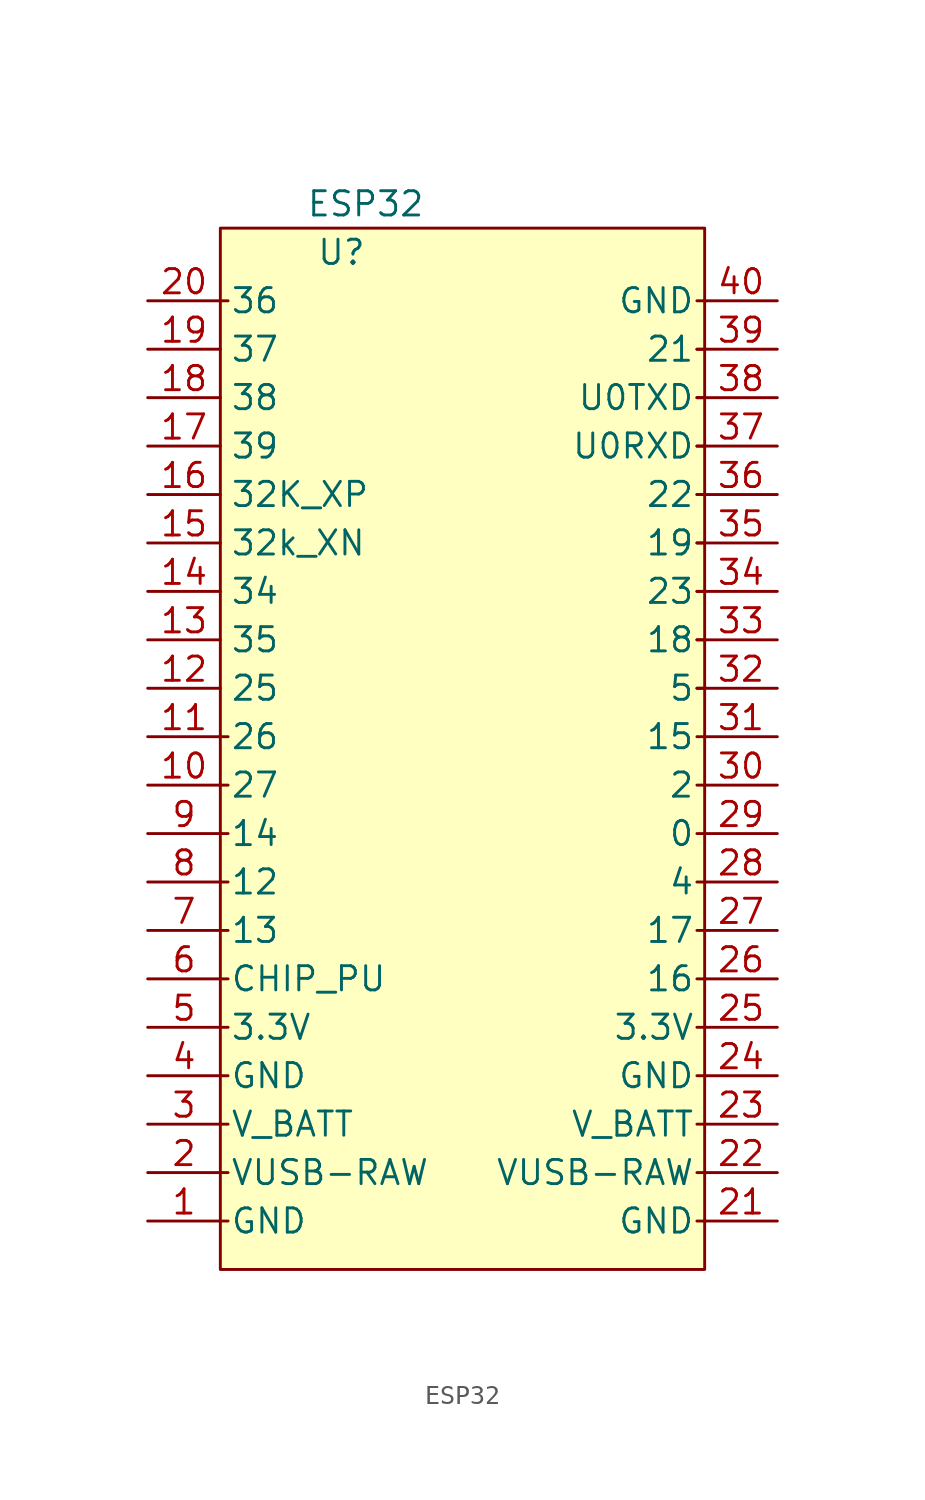
<source format=kicad_sym>
(kicad_symbol_lib
  (version 20220914)
  (generator kicad_symbol_editor)
  (symbol "ESP32"
    (property "Reference" "U"
      (at -6.35 -1.27 0)
      (effects (font (size 1.27 1.27))))
    (property "Value" "ESP32"
      (at -5.08 1.27 0)
      (effects (font (size 1.27 1.27))))
    (symbol "ESP32_1_1"
      (rectangle (start -12.7 0) (end 12.7 -54.61) (stroke (width 0) (type default)) (fill (type background)))
      (polyline (pts (xy -12.7 -52.07) (xy -12.294 -52.07)) (stroke (width 0.152) (type default)) (fill (type none)))
      (polyline (pts (xy -12.7 -49.53) (xy -12.294 -49.53)) (stroke (width 0.152) (type default)) (fill (type none)))
      (polyline (pts (xy -12.7 -46.99) (xy -12.294 -46.99)) (stroke (width 0.152) (type default)) (fill (type none)))
      (polyline (pts (xy -12.7 -44.45) (xy -12.294 -44.45)) (stroke (width 0.152) (type default)) (fill (type none)))
      (polyline (pts (xy -12.7 -41.91) (xy -12.294 -41.91)) (stroke (width 0.152) (type default)) (fill (type none)))
      (polyline (pts (xy -12.7 -39.37) (xy -12.294 -39.37)) (stroke (width 0.152) (type default)) (fill (type none)))
      (polyline (pts (xy -12.7 -36.83) (xy -12.294 -36.83)) (stroke (width 0.152) (type default)) (fill (type none)))
      (polyline (pts (xy -12.7 -34.29) (xy -12.294 -34.29)) (stroke (width 0.152) (type default)) (fill (type none)))
      (polyline (pts (xy -12.7 -31.75) (xy -12.294 -31.75)) (stroke (width 0.152) (type default)) (fill (type none)))
      (polyline (pts (xy -12.7 -29.21) (xy -12.294 -29.21)) (stroke (width 0.152) (type default)) (fill (type none)))
      (polyline (pts (xy -12.7 -26.67) (xy -12.294 -26.67)) (stroke (width 0.152) (type default)) (fill (type none)))
      (polyline (pts (xy -12.7 -3.81) (xy -12.294 -3.81)) (stroke (width 0.152) (type default)) (fill (type none)))
      (polyline (pts (xy 12.7 -52.07) (xy 12.294 -52.07)) (stroke (width 0.152) (type default)) (fill (type none)))
      (polyline (pts (xy 12.7 -49.53) (xy 12.294 -49.53)) (stroke (width 0.152) (type default)) (fill (type none)))
      (polyline (pts (xy 12.7 -46.99) (xy 12.294 -46.99)) (stroke (width 0.152) (type default)) (fill (type none)))
      (polyline (pts (xy 12.7 -44.45) (xy 12.294 -44.45)) (stroke (width 0.152) (type default)) (fill (type none)))
      (polyline (pts (xy 12.7 -41.91) (xy 12.294 -41.91)) (stroke (width 0.152) (type default)) (fill (type none)))
      (polyline (pts (xy 12.7 -39.37) (xy 12.294 -39.37)) (stroke (width 0.152) (type default)) (fill (type none)))
      (polyline (pts (xy 12.7 -36.83) (xy 12.294 -36.83)) (stroke (width 0.152) (type default)) (fill (type none)))
      (polyline (pts (xy 12.7 -34.29) (xy 12.294 -34.29)) (stroke (width 0.152) (type default)) (fill (type none)))
      (polyline (pts (xy 12.7 -31.75) (xy 12.294 -31.75)) (stroke (width 0.152) (type default)) (fill (type none)))
      (polyline (pts (xy 12.7 -29.21) (xy 12.294 -29.21)) (stroke (width 0.152) (type default)) (fill (type none)))
      (polyline (pts (xy 12.7 -26.67) (xy 12.294 -26.67)) (stroke (width 0.152) (type default)) (fill (type none)))
      (polyline (pts (xy 12.7 -24.13) (xy 12.294 -24.13)) (stroke (width 0.152) (type default)) (fill (type none)))
      (polyline (pts (xy 12.7 -24.13) (xy 12.294 -24.13)) (stroke (width 0.152) (type default)) (fill (type none)))
      (polyline (pts (xy 12.7 -21.59) (xy 12.294 -21.59)) (stroke (width 0.152) (type default)) (fill (type none)))
      (polyline (pts (xy 12.7 -21.59) (xy 12.294 -21.59)) (stroke (width 0.152) (type default)) (fill (type none)))
      (polyline (pts (xy 12.7 -19.05) (xy 12.294 -19.05)) (stroke (width 0.152) (type default)) (fill (type none)))
      (polyline (pts (xy 12.7 -19.05) (xy 12.294 -19.05)) (stroke (width 0.152) (type default)) (fill (type none)))
      (polyline (pts (xy 12.7 -16.51) (xy 12.294 -16.51)) (stroke (width 0.152) (type default)) (fill (type none)))
      (polyline (pts (xy 12.7 -16.51) (xy 12.294 -16.51)) (stroke (width 0.152) (type default)) (fill (type none)))
      (polyline (pts (xy 12.7 -13.97) (xy 12.294 -13.97)) (stroke (width 0.152) (type default)) (fill (type none)))
      (polyline (pts (xy 12.7 -13.97) (xy 12.294 -13.97)) (stroke (width 0.152) (type default)) (fill (type none)))
      (polyline (pts (xy 12.7 -11.43) (xy 12.294 -11.43)) (stroke (width 0.152) (type default)) (fill (type none)))
      (polyline (pts (xy 12.7 -11.43) (xy 12.294 -11.43)) (stroke (width 0.152) (type default)) (fill (type none)))
      (polyline (pts (xy 12.7 -8.89) (xy 12.294 -8.89)) (stroke (width 0.152) (type default)) (fill (type none)))
      (polyline (pts (xy 12.7 -8.89) (xy 12.294 -8.89)) (stroke (width 0.152) (type default)) (fill (type none)))
      (polyline (pts (xy 12.7 -6.35) (xy 12.294 -6.35)) (stroke (width 0.152) (type default)) (fill (type none)))
      (polyline (pts (xy 12.7 -6.35) (xy 12.294 -6.35)) (stroke (width 0.152) (type default)) (fill (type none)))
      (polyline (pts (xy 12.7 -3.81) (xy 12.294 -3.81)) (stroke (width 0.152) (type default)) (fill (type none)))
      (pin passive line (at -16.51 -52.07 0) (length 3.81) (name "GND" (effects (font (size 1.27 1.27)))) (number "1" (effects (font (size 1.27 1.27)))))
      (pin passive line (at -16.51 -29.21 0) (length 3.81) (name "27" (effects (font (size 1.27 1.27)))) (number "10" (effects (font (size 1.27 1.27)))))
      (pin passive line (at -16.51 -26.67 0) (length 3.81) (name "26" (effects (font (size 1.27 1.27)))) (number "11" (effects (font (size 1.27 1.27)))))
      (pin passive line (at -16.51 -24.13 0) (length 3.81) (name "25" (effects (font (size 1.27 1.27)))) (number "12" (effects (font (size 1.27 1.27)))))
      (pin passive line (at -16.51 -21.59 0) (length 3.81) (name "35" (effects (font (size 1.27 1.27)))) (number "13" (effects (font (size 1.27 1.27)))))
      (pin passive line (at -16.51 -19.05 0) (length 3.81) (name "34" (effects (font (size 1.27 1.27)))) (number "14" (effects (font (size 1.27 1.27)))))
      (pin passive line (at -16.51 -16.51 0) (length 3.81) (name "32k_XN" (effects (font (size 1.27 1.27)))) (number "15" (effects (font (size 1.27 1.27)))))
      (pin passive line (at -16.51 -13.97 0) (length 3.81) (name "32K_XP" (effects (font (size 1.27 1.27)))) (number "16" (effects (font (size 1.27 1.27)))))
      (pin passive line (at -16.51 -11.43 0) (length 3.81) (name "39" (effects (font (size 1.27 1.27)))) (number "17" (effects (font (size 1.27 1.27)))))
      (pin passive line (at -16.51 -8.89 0) (length 3.81) (name "38" (effects (font (size 1.27 1.27)))) (number "18" (effects (font (size 1.27 1.27)))))
      (pin passive line (at -16.51 -6.35 0) (length 3.81) (name "37" (effects (font (size 1.27 1.27)))) (number "19" (effects (font (size 1.27 1.27)))))
      (pin passive line (at -16.51 -49.53 0) (length 3.81) (name "VUSB-RAW" (effects (font (size 1.27 1.27)))) (number "2" (effects (font (size 1.27 1.27)))))
      (pin passive line (at -16.51 -3.81 0) (length 3.81) (name "36" (effects (font (size 1.27 1.27)))) (number "20" (effects (font (size 1.27 1.27)))))
      (pin passive line (at 16.51 -52.07 180) (length 3.81) (name "GND" (effects (font (size 1.27 1.27)))) (number "21" (effects (font (size 1.27 1.27)))))
      (pin passive line (at 16.51 -49.53 180) (length 3.81) (name "VUSB-RAW" (effects (font (size 1.27 1.27)))) (number "22" (effects (font (size 1.27 1.27)))))
      (pin passive line (at 16.51 -46.99 180) (length 3.81) (name "V_BATT" (effects (font (size 1.27 1.27)))) (number "23" (effects (font (size 1.27 1.27)))))
      (pin passive line (at 16.51 -44.45 180) (length 3.81) (name "GND" (effects (font (size 1.27 1.27)))) (number "24" (effects (font (size 1.27 1.27)))))
      (pin passive line (at 16.51 -41.91 180) (length 3.81) (name "3.3V" (effects (font (size 1.27 1.27)))) (number "25" (effects (font (size 1.27 1.27)))))
      (pin passive line (at 16.51 -39.37 180) (length 3.81) (name "16" (effects (font (size 1.27 1.27)))) (number "26" (effects (font (size 1.27 1.27)))))
      (pin passive line (at 16.51 -36.83 180) (length 3.81) (name "17" (effects (font (size 1.27 1.27)))) (number "27" (effects (font (size 1.27 1.27)))))
      (pin passive line (at 16.51 -34.29 180) (length 3.81) (name "4" (effects (font (size 1.27 1.27)))) (number "28" (effects (font (size 1.27 1.27)))))
      (pin passive line (at 16.51 -31.75 180) (length 3.81) (name "0" (effects (font (size 1.27 1.27)))) (number "29" (effects (font (size 1.27 1.27)))))
      (pin passive line (at -16.51 -46.99 0) (length 3.81) (name "V_BATT" (effects (font (size 1.27 1.27)))) (number "3" (effects (font (size 1.27 1.27)))))
      (pin passive line (at 16.51 -29.21 180) (length 3.81) (name "2" (effects (font (size 1.27 1.27)))) (number "30" (effects (font (size 1.27 1.27)))))
      (pin passive line (at 16.51 -26.67 180) (length 3.81) (name "15" (effects (font (size 1.27 1.27)))) (number "31" (effects (font (size 1.27 1.27)))))
      (pin passive line (at 16.51 -24.13 180) (length 3.81) (name "5" (effects (font (size 1.27 1.27)))) (number "32" (effects (font (size 1.27 1.27)))))
      (pin passive line (at 16.51 -21.59 180) (length 3.81) (name "18" (effects (font (size 1.27 1.27)))) (number "33" (effects (font (size 1.27 1.27)))))
      (pin passive line (at 16.51 -19.05 180) (length 3.81) (name "23" (effects (font (size 1.27 1.27)))) (number "34" (effects (font (size 1.27 1.27)))))
      (pin passive line (at 16.51 -16.51 180) (length 3.81) (name "19" (effects (font (size 1.27 1.27)))) (number "35" (effects (font (size 1.27 1.27)))))
      (pin passive line (at 16.51 -13.97 180) (length 3.81) (name "22" (effects (font (size 1.27 1.27)))) (number "36" (effects (font (size 1.27 1.27)))))
      (pin passive line (at 16.51 -11.43 180) (length 3.81) (name "U0RXD" (effects (font (size 1.27 1.27)))) (number "37" (effects (font (size 1.27 1.27)))))
      (pin passive line (at 16.51 -8.89 180) (length 3.81) (name "U0TXD" (effects (font (size 1.27 1.27)))) (number "38" (effects (font (size 1.27 1.27)))))
      (pin passive line (at 16.51 -6.35 180) (length 3.81) (name "21" (effects (font (size 1.27 1.27)))) (number "39" (effects (font (size 1.27 1.27)))))
      (pin passive line (at -16.51 -44.45 0) (length 3.81) (name "GND" (effects (font (size 1.27 1.27)))) (number "4" (effects (font (size 1.27 1.27)))))
      (pin passive line (at 16.51 -3.81 180) (length 3.81) (name "GND" (effects (font (size 1.27 1.27)))) (number "40" (effects (font (size 1.27 1.27)))))
      (pin passive line (at -16.51 -41.91 0) (length 3.81) (name "3.3V" (effects (font (size 1.27 1.27)))) (number "5" (effects (font (size 1.27 1.27)))))
      (pin passive line (at -16.51 -39.37 0) (length 3.81) (name "CHIP_PU" (effects (font (size 1.27 1.27)))) (number "6" (effects (font (size 1.27 1.27)))))
      (pin passive line (at -16.51 -36.83 0) (length 3.81) (name "13" (effects (font (size 1.27 1.27)))) (number "7" (effects (font (size 1.27 1.27)))))
      (pin passive line (at -16.51 -34.29 0) (length 3.81) (name "12" (effects (font (size 1.27 1.27)))) (number "8" (effects (font (size 1.27 1.27)))))
      (pin passive line (at -16.51 -31.75 0) (length 3.81) (name "14" (effects (font (size 1.27 1.27)))) (number "9" (effects (font (size 1.27 1.27))))))))
</source>
